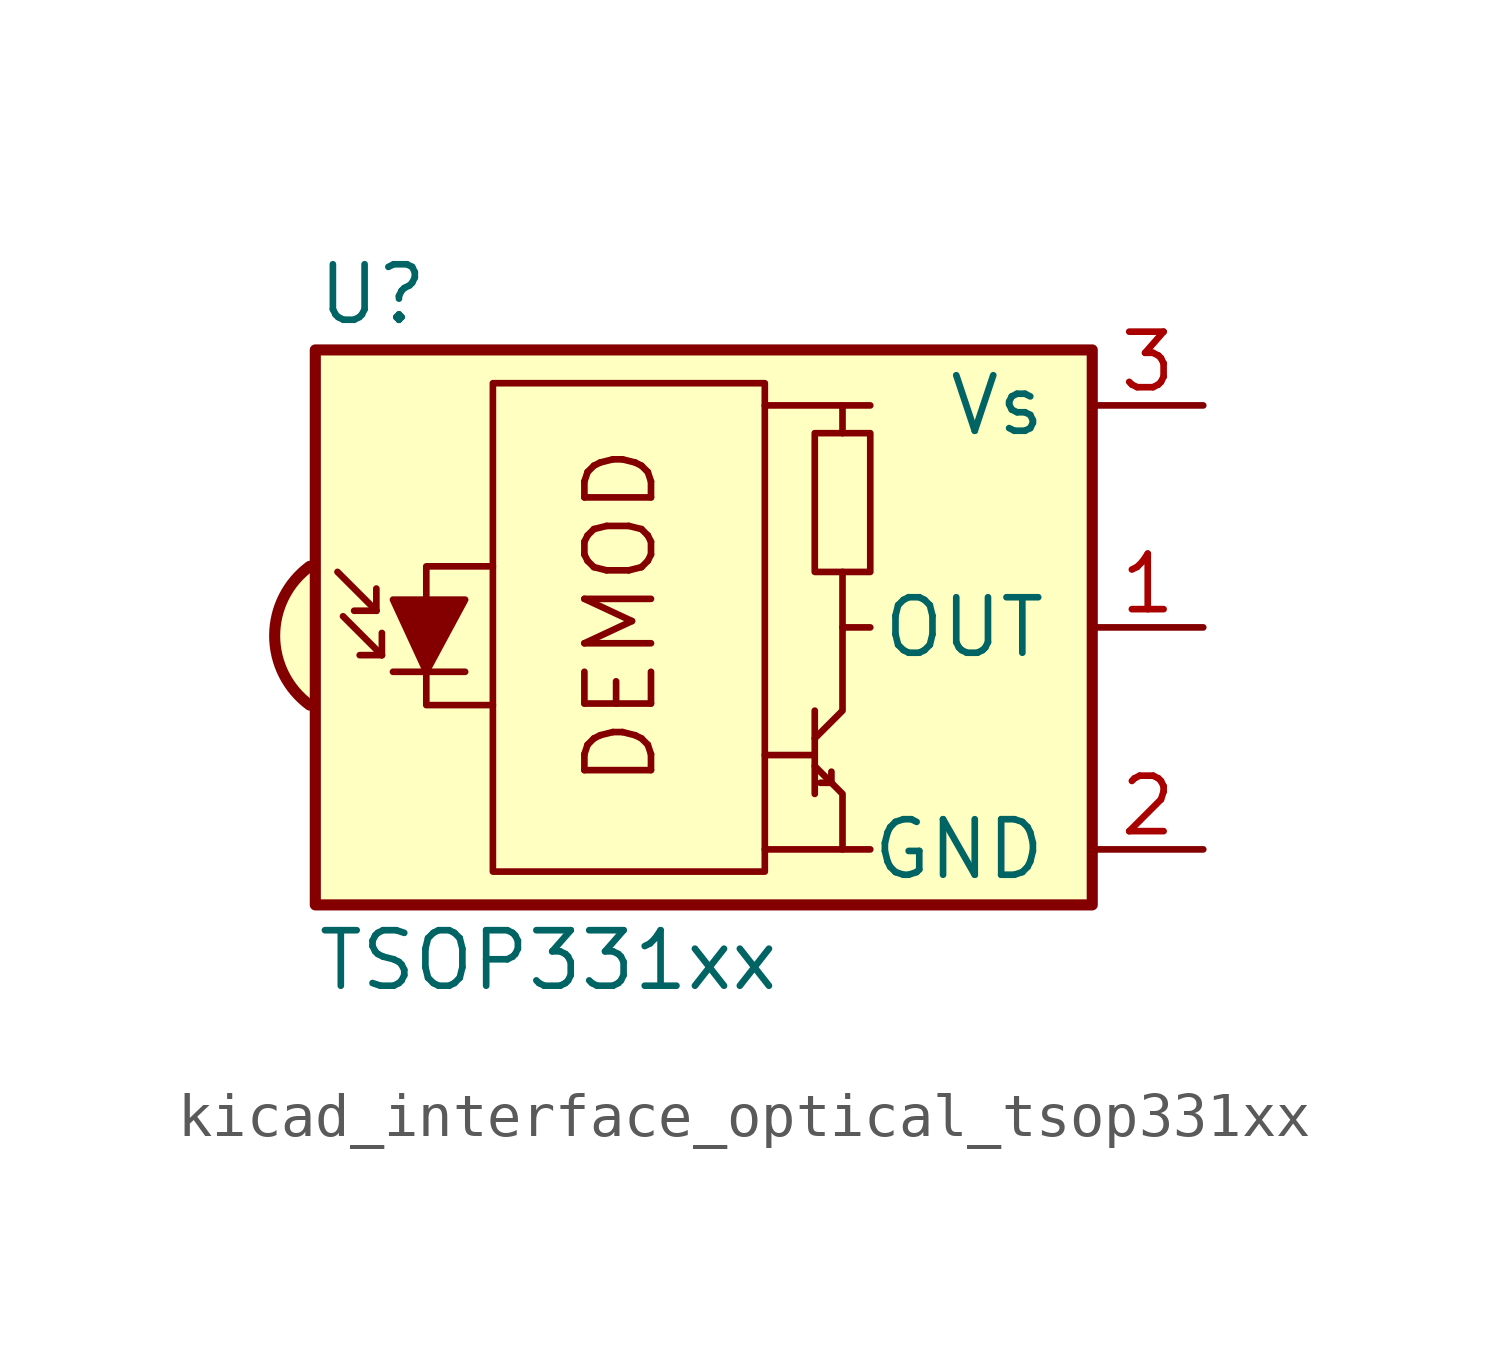
<source format=kicad_sym>
(kicad_symbol_lib
  (version 20220914)
  (generator kicad_symbol_editor)
  (symbol "kicad_interface_optical_tsop331xx"
    (pin_names
      (offset 1.016))
    (property "Reference" "U"
      (at -10.16 7.62 0)
      (effects (font (size 1.27 1.27)) (justify left)))
    (property "Value" "TSOP331xx"
      (at -10.16 -7.62 0)
      (effects (font (size 1.27 1.27)) (justify left)))
    (symbol "kicad_interface_optical_tsop331xx_0_0"
      (arc (start -10.287 1.397) (mid -11.0899 -0.1852) (end -10.287 -1.778) (stroke (width 0.254) (type default)) (fill (type background)))
      (polyline (pts (xy 1.905 -5.08) (xy 0.127 -5.08)) (stroke (width 0) (type default)) (fill (type none)))
      (polyline (pts (xy 1.905 5.08) (xy 0.127 5.08)) (stroke (width 0) (type default)) (fill (type none)))
      (text "DEMOD" (at -3.175 0.254 900) (effects (font (size 1.524 1.524)))))
    (symbol "kicad_interface_optical_tsop331xx_0_1"
      (rectangle (start -6.096 5.588) (end 0.127 -5.588) (stroke (width 0) (type default)) (fill (type none)))
      (polyline (pts (xy -8.763 0.381) (xy -9.652 1.27)) (stroke (width 0) (type default)) (fill (type none)))
      (polyline (pts (xy -8.763 0.381) (xy -9.271 0.381)) (stroke (width 0) (type default)) (fill (type none)))
      (polyline (pts (xy -8.763 0.381) (xy -8.763 0.889)) (stroke (width 0) (type default)) (fill (type none)))
      (polyline (pts (xy -8.636 -0.635) (xy -9.525 0.254)) (stroke (width 0) (type default)) (fill (type none)))
      (polyline (pts (xy -8.636 -0.635) (xy -9.144 -0.635)) (stroke (width 0) (type default)) (fill (type none)))
      (polyline (pts (xy -8.636 -0.635) (xy -8.636 -0.127)) (stroke (width 0) (type default)) (fill (type none)))
      (polyline (pts (xy -8.382 -1.016) (xy -6.731 -1.016)) (stroke (width 0) (type default)) (fill (type none)))
      (polyline (pts (xy 1.27 -2.921) (xy 0.127 -2.921)) (stroke (width 0) (type default)) (fill (type none)))
      (polyline (pts (xy 1.27 -1.905) (xy 1.27 -3.81)) (stroke (width 0) (type default)) (fill (type none)))
      (polyline (pts (xy 1.397 -3.556) (xy 1.524 -3.556)) (stroke (width 0) (type default)) (fill (type none)))
      (polyline (pts (xy 1.651 -3.556) (xy 1.524 -3.556)) (stroke (width 0) (type default)) (fill (type none)))
      (polyline (pts (xy 1.651 -3.556) (xy 1.651 -3.302)) (stroke (width 0) (type default)) (fill (type none)))
      (polyline (pts (xy 1.905 0) (xy 1.905 1.27)) (stroke (width 0) (type default)) (fill (type none)))
      (polyline (pts (xy 1.905 4.445) (xy 1.905 5.08) (xy 2.54 5.08)) (stroke (width 0) (type default)) (fill (type none)))
      (polyline (pts (xy -8.382 0.635) (xy -6.731 0.635) (xy -7.62 -1.016) (xy -8.382 0.635)) (stroke (width 0) (type default)) (fill (type outline)))
      (polyline (pts (xy -6.096 1.397) (xy -7.62 1.397) (xy -7.62 -1.778) (xy -6.096 -1.778)) (stroke (width 0) (type default)) (fill (type none)))
      (polyline (pts (xy 1.27 -3.175) (xy 1.905 -3.81) (xy 1.905 -5.08) (xy 2.54 -5.08)) (stroke (width 0) (type default)) (fill (type none)))
      (polyline (pts (xy 1.27 -2.54) (xy 1.905 -1.905) (xy 1.905 0) (xy 2.54 0)) (stroke (width 0) (type default)) (fill (type none)))
      (rectangle (start 2.54 1.27) (end 1.27 4.445) (stroke (width 0) (type default)) (fill (type none)))
      (rectangle (start 7.62 6.35) (end -10.16 -6.35) (stroke (width 0.254) (type default)) (fill (type background))))
    (symbol "kicad_interface_optical_tsop331xx_1_1"
      (pin output line (at 10.16 0 180) (length 2.54) (name "OUT" (effects (font (size 1.27 1.27)))) (number "1" (effects (font (size 1.27 1.27)))))
      (pin power_in line (at 10.16 -5.08 180) (length 2.54) (name "GND" (effects (font (size 1.27 1.27)))) (number "2" (effects (font (size 1.27 1.27)))))
      (pin power_in line (at 10.16 5.08 180) (length 2.54) (name "Vs" (effects (font (size 1.27 1.27)))) (number "3" (effects (font (size 1.27 1.27))))))))
</source>
